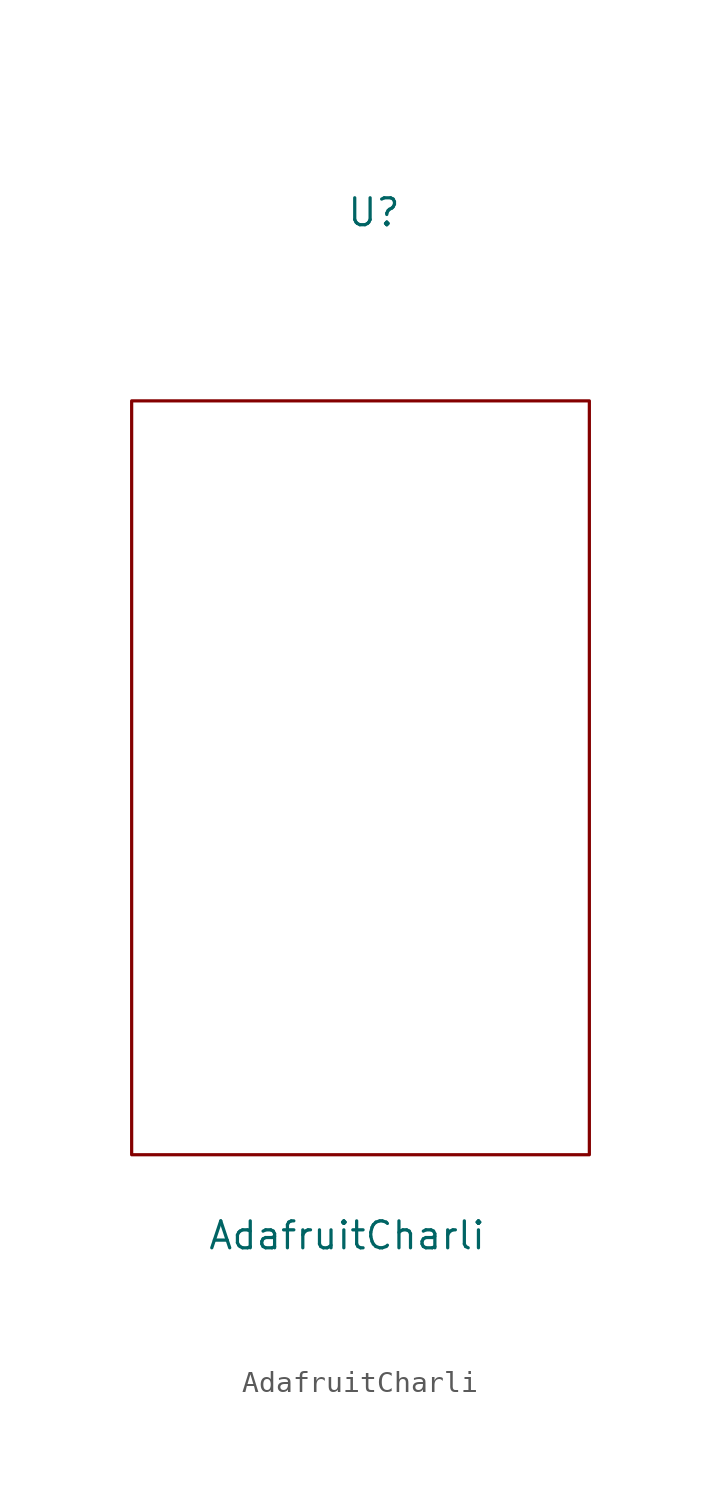
<source format=kicad_sym>
(kicad_symbol_lib
  (version 20211014)
  (generator kicad_symbol_editor)
  (symbol "AdafruitCharli"
    (property "Reference" "U"
      (at 0 21.59 0)
      (effects (font (size 1.27 1.27))))
    (property "Value" "AdafruitCharli"
      (at -1.27 -26.67 0)
      (effects (font (size 1.27 1.27))))
    (symbol "AdafruitCharli_0_1"
      (rectangle (start -11.43 -22.86) (end 10.16 12.7) (stroke (width 0.152) (type default) (color 0 0 0 0)) (fill (type none))))))
</source>
